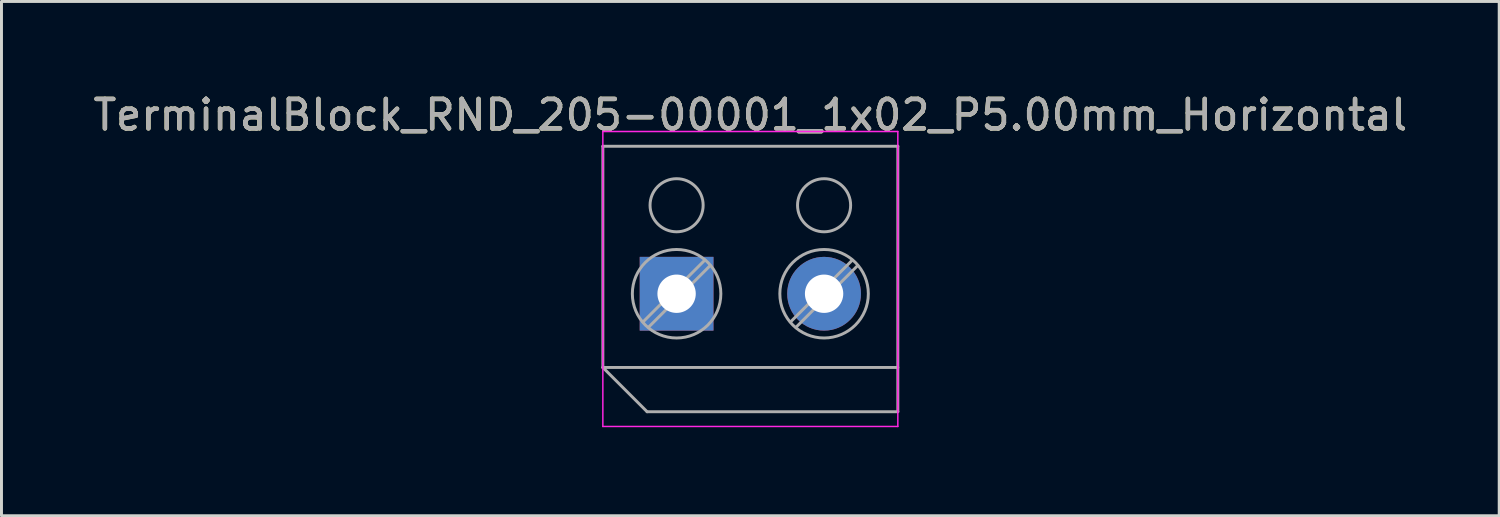
<source format=kicad_pcb>
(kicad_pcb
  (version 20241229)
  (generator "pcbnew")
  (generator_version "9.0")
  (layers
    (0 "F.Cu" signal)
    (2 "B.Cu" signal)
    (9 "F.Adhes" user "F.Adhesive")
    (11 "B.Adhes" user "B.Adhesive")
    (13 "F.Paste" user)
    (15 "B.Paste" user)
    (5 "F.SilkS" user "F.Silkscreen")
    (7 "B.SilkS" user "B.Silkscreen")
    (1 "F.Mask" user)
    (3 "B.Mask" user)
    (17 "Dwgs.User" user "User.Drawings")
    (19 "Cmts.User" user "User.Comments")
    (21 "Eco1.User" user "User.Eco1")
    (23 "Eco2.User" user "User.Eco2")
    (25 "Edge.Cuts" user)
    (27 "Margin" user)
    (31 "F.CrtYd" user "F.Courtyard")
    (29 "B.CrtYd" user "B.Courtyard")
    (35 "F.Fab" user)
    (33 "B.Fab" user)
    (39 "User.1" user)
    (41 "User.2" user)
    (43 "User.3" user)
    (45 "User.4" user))
  (footprint "TerminalBlock_RND_205-00001_1x02_P5.00mm_Horizontal"
    (layer "F.Cu")
    (at 19.887 6.908)
    (property "Reference" "TerminalBlock_RND_205-00001_1x02_P5.00mm_Horizontal" (at 2.5 -6.06 0) (layer "F.SilkS") (effects (font (size 1 1) (thickness 0.15))))
    (attr through_hole)
    (fp_line (start -2.5 -5.5) (end -2.5 4.5) (stroke (width 0.05) (type solid)) (layer "F.CrtYd"))
    (fp_line (start -2.5 4.5) (end 7.5 4.5) (stroke (width 0.05) (type solid)) (layer "F.CrtYd"))
    (fp_line (start 7.5 -5.5) (end -2.5 -5.5) (stroke (width 0.05) (type solid)) (layer "F.CrtYd"))
    (fp_line (start 7.5 4.5) (end 7.5 -5.5) (stroke (width 0.05) (type solid)) (layer "F.CrtYd"))
    (fp_line (start -2.5 -5) (end 7.5 -5) (stroke (width 0.1) (type solid)) (layer "F.Fab"))
    (fp_line (start -2.5 2.5) (end -2.5 -5) (stroke (width 0.1) (type solid)) (layer "F.Fab"))
    (fp_line (start -2.5 2.5) (end 7.5 2.5) (stroke (width 0.1) (type solid)) (layer "F.Fab"))
    (fp_line (start -1 4) (end -2.5 2.5) (stroke (width 0.1) (type solid)) (layer "F.Fab"))
    (fp_line (start 0.955 -1.138) (end -1.138 0.955) (stroke (width 0.1) (type solid)) (layer "F.Fab"))
    (fp_line (start 1.138 -0.955) (end -0.955 1.138) (stroke (width 0.1) (type solid)) (layer "F.Fab"))
    (fp_line (start 5.955 -1.138) (end 3.863 0.955) (stroke (width 0.1) (type solid)) (layer "F.Fab"))
    (fp_line (start 6.138 -0.955) (end 4.046 1.138) (stroke (width 0.1) (type solid)) (layer "F.Fab"))
    (fp_line (start 7.5 -5) (end 7.5 4) (stroke (width 0.1) (type solid)) (layer "F.Fab"))
    (fp_line (start 7.5 4) (end -1 4) (stroke (width 0.1) (type solid)) (layer "F.Fab"))
    (fp_circle (center 0 -3) (end 0.9 -3) (stroke (width 0.1) (type solid)) (fill no) (layer "F.Fab"))
    (fp_circle (center 0 0) (end 1.5 0) (stroke (width 0.1) (type solid)) (fill no) (layer "F.Fab"))
    (fp_circle (center 5 -3) (end 5.9 -3) (stroke (width 0.1) (type solid)) (fill no) (layer "F.Fab"))
    (fp_circle (center 5 0) (end 6.5 0) (stroke (width 0.1) (type solid)) (fill no) (layer "F.Fab"))
    (fp_text user "${REFERENCE}" (at 2.5 -6.06 0) (layer "F.Fab") (effects (font (size 1 1) (thickness 0.15))))
    (pad "1" thru_hole rect (at 0 0) (size 2.5 2.5) (drill 1.3) (layers "*.Cu" "*.Mask"))
    (pad "2" thru_hole circle (at 5 0) (size 2.5 2.5) (drill 1.3) (layers "*.Cu" "*.Mask")))
  (gr_rect
    (start -3 -3)
    (end 47.774 14.433)
    (stroke (width 0.1) (type default))
    (fill no)
    (layer "Edge.Cuts")))
</source>
